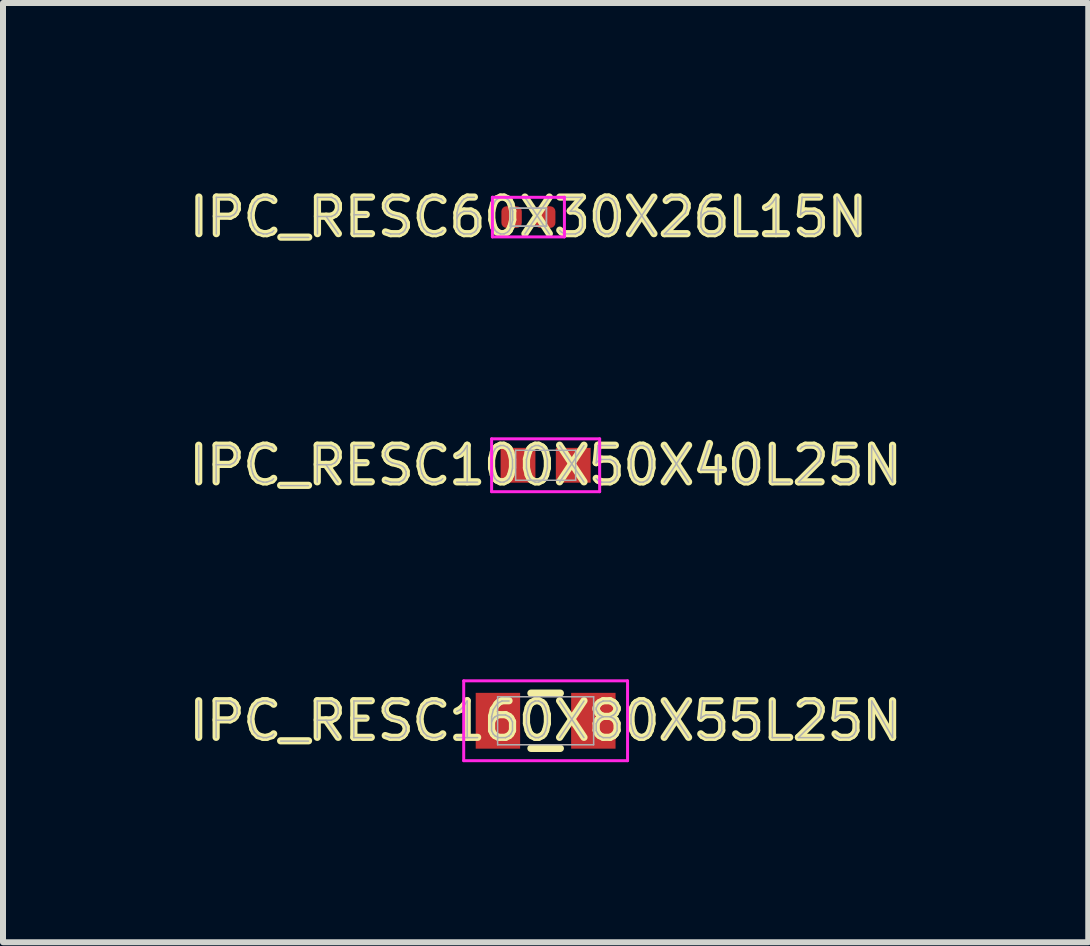
<source format=kicad_pcb>
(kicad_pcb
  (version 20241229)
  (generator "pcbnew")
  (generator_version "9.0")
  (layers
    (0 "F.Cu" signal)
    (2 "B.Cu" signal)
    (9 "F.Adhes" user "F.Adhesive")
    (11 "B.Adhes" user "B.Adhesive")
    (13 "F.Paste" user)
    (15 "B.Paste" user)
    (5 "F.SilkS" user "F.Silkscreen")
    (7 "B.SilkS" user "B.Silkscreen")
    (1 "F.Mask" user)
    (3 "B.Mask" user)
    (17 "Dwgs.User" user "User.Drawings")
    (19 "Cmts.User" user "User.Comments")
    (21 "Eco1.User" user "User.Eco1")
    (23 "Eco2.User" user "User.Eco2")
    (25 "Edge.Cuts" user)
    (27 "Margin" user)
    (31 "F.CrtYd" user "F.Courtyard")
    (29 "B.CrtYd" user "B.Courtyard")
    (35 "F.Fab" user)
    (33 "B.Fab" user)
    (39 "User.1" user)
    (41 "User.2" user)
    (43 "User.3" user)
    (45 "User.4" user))
  (footprint "IPC_RESC60X30X26L15N"
    (layer "F.Cu")
    (at 5.754 0.567)
    (property "Reference" "IPC_RESC60X30X26L15N" (at 0 0 0) (layer "F.SilkS") (effects (font (size 0.61 0.61) (thickness 0.12))))
    (attr smd)
    (fp_line (start -0.6 -0.33) (end 0.6 -0.33) (stroke (width 0.05) (type solid)) (layer "F.CrtYd"))
    (fp_line (start -0.6 0.33) (end -0.6 -0.33) (stroke (width 0.05) (type solid)) (layer "F.CrtYd"))
    (fp_line (start 0.6 -0.33) (end 0.6 0.33) (stroke (width 0.05) (type solid)) (layer "F.CrtYd"))
    (fp_line (start 0.6 0.33) (end -0.6 0.33) (stroke (width 0.05) (type solid)) (layer "F.CrtYd"))
    (fp_line (start -0.3 -0.15) (end 0.3 -0.15) (stroke (width 0.03) (type solid)) (layer "F.Fab"))
    (fp_line (start -0.3 0.15) (end -0.3 -0.15) (stroke (width 0.03) (type solid)) (layer "F.Fab"))
    (fp_line (start 0.3 -0.15) (end 0.3 0.15) (stroke (width 0.03) (type solid)) (layer "F.Fab"))
    (fp_line (start 0.3 0.15) (end -0.3 0.15) (stroke (width 0.03) (type solid)) (layer "F.Fab"))
    (fp_text user "${REFERENCE}" (at 0 0 0) (layer "F.Fab") (effects (font (size 0.61 0.61) (thickness 0.025))))
    (pad "1" smd roundrect (at -0.28 0) (size 0.34 0.36) (layers "F.Cu" "F.Mask" "F.Paste") (roundrect_rratio 0.25))
    (pad "2" smd roundrect (at 0.28 0) (size 0.34 0.36) (layers "F.Cu" "F.Mask" "F.Paste") (roundrect_rratio 0.25)))
  (footprint "IPC_RESC160X80X55L25N"
    (layer "F.Cu")
    (at 6.041 8.959)
    (property "Reference" "IPC_RESC160X80X55L25N" (at 0 0 0) (layer "F.SilkS") (effects (font (size 0.61 0.61) (thickness 0.12))))
    (attr smd)
    (fp_line (start -0.245 0.46) (end 0.245 0.46) (stroke (width 0.12) (type solid)) (layer "F.SilkS"))
    (fp_line (start 0.245 -0.46) (end -0.245 -0.46) (stroke (width 0.12) (type solid)) (layer "F.SilkS"))
    (fp_line (start -1.365 -0.665) (end 1.365 -0.665) (stroke (width 0.05) (type solid)) (layer "F.CrtYd"))
    (fp_line (start -1.365 0.665) (end -1.365 -0.665) (stroke (width 0.05) (type solid)) (layer "F.CrtYd"))
    (fp_line (start 1.365 -0.665) (end 1.365 0.665) (stroke (width 0.05) (type solid)) (layer "F.CrtYd"))
    (fp_line (start 1.365 0.665) (end -1.365 0.665) (stroke (width 0.05) (type solid)) (layer "F.CrtYd"))
    (fp_line (start -0.8 -0.4) (end 0.8 -0.4) (stroke (width 0.025) (type solid)) (layer "F.Fab"))
    (fp_line (start -0.8 0.4) (end -0.8 -0.4) (stroke (width 0.025) (type solid)) (layer "F.Fab"))
    (fp_line (start 0.8 -0.4) (end 0.8 0.4) (stroke (width 0.025) (type solid)) (layer "F.Fab"))
    (fp_line (start 0.8 0.4) (end -0.8 0.4) (stroke (width 0.025) (type solid)) (layer "F.Fab"))
    (fp_text user "${REFERENCE}" (at 0 0 0) (layer "F.Fab") (effects (font (size 0.61 0.61) (thickness 0.025))))
    (pad "1" smd rect (at -0.795 0) (size 0.74 0.93) (layers "F.Cu" "F.Mask" "F.Paste"))
    (pad "2" smd rect (at 0.795 0) (size 0.74 0.93) (layers "F.Cu" "F.Mask" "F.Paste")))
  (footprint "IPC_RESC100X50X40L25N"
    (layer "F.Cu")
    (at 6.041 4.702)
    (property "Reference" "IPC_RESC100X50X40L25N" (at 0 0 0) (layer "F.SilkS") (effects (font (size 0.61 0.61) (thickness 0.12))))
    (attr smd)
    (fp_line (start -0.9 -0.44) (end 0.9 -0.44) (stroke (width 0.05) (type solid)) (layer "F.CrtYd"))
    (fp_line (start -0.9 0.44) (end -0.9 -0.44) (stroke (width 0.05) (type solid)) (layer "F.CrtYd"))
    (fp_line (start 0.9 -0.44) (end 0.9 0.44) (stroke (width 0.05) (type solid)) (layer "F.CrtYd"))
    (fp_line (start 0.9 0.44) (end -0.9 0.44) (stroke (width 0.05) (type solid)) (layer "F.CrtYd"))
    (fp_line (start -0.5 -0.25) (end 0.5 -0.25) (stroke (width 0.025) (type solid)) (layer "F.Fab"))
    (fp_line (start -0.5 0.25) (end -0.5 -0.25) (stroke (width 0.025) (type solid)) (layer "F.Fab"))
    (fp_line (start 0.5 -0.25) (end 0.5 0.25) (stroke (width 0.025) (type solid)) (layer "F.Fab"))
    (fp_line (start 0.5 0.25) (end -0.5 0.25) (stroke (width 0.025) (type solid)) (layer "F.Fab"))
    (fp_text user "${REFERENCE}" (at 0 0 0) (layer "F.Fab") (effects (font (size 0.61 0.61) (thickness 0.025))))
    (pad "1" smd rect (at -0.46 0) (size 0.58 0.58) (layers "F.Cu" "F.Mask" "F.Paste"))
    (pad "2" smd rect (at 0.46 0) (size 0.58 0.58) (layers "F.Cu" "F.Mask" "F.Paste")))
  (gr_rect
    (start -3 -3)
    (end 15.082 12.649)
    (stroke (width 0.1) (type default))
    (fill no)
    (layer "Edge.Cuts")))
</source>
